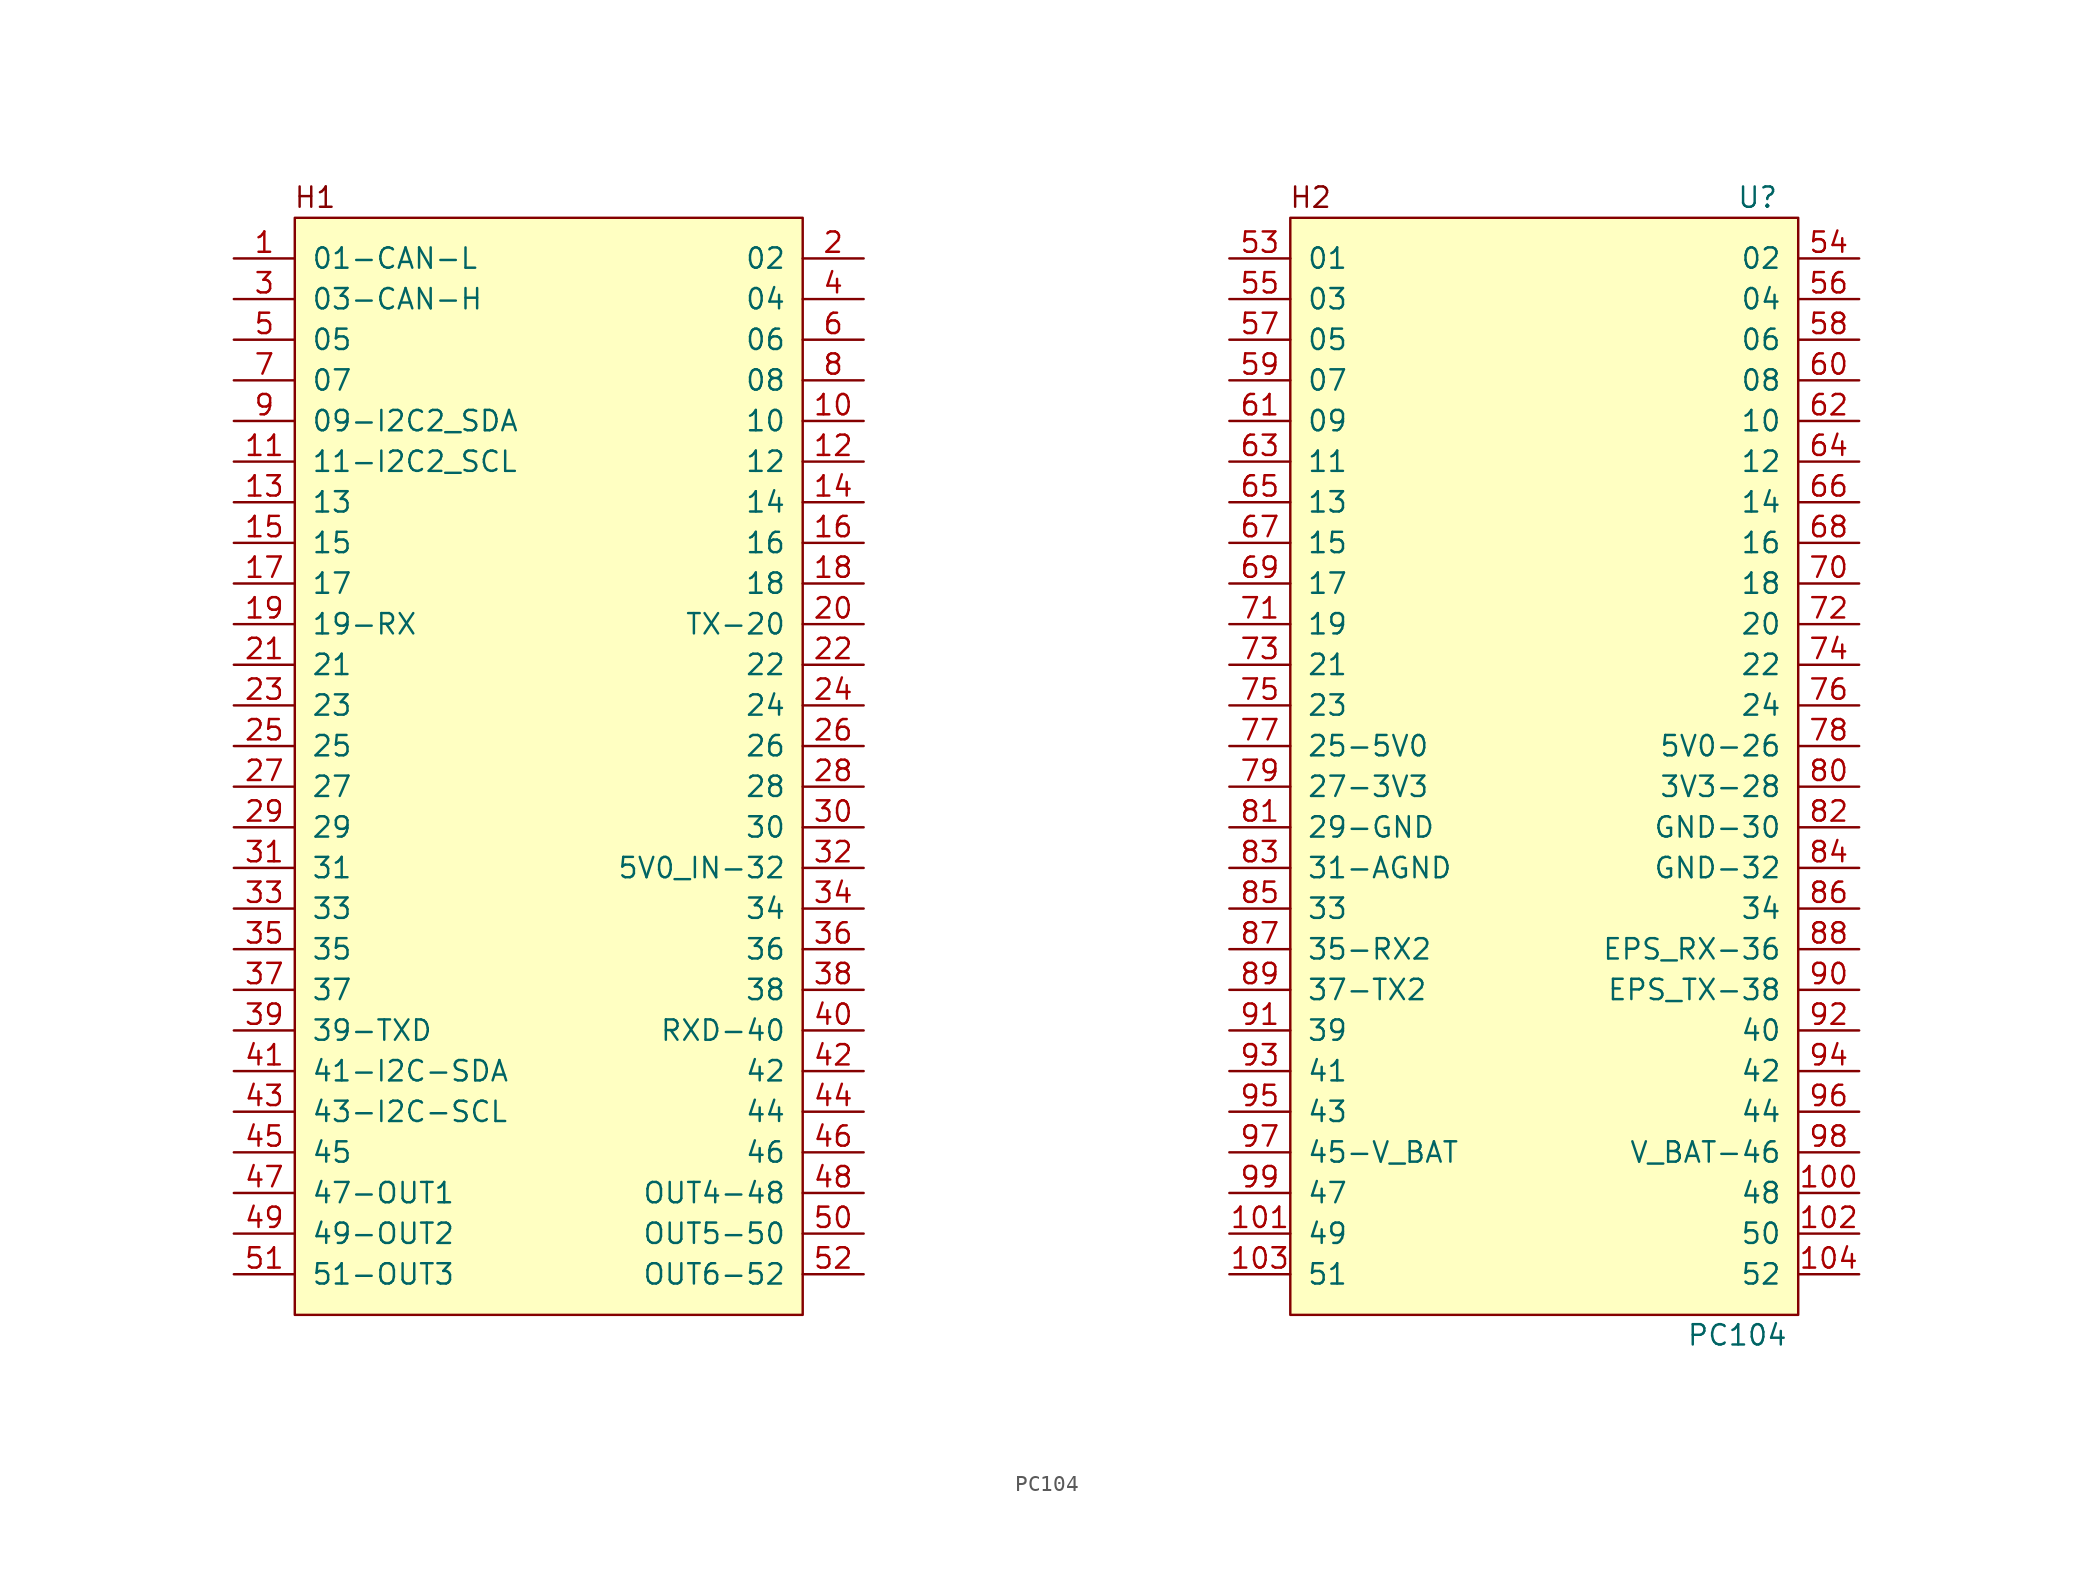
<source format=kicad_sym>
(kicad_symbol_lib
  (version 20211014)
  (generator kicad_symbol_editor)
  (symbol "PC104"
    (pin_names
      (offset 1.016))
    (property "Reference" "U"
      (at 44.45 34.29 0)
      (effects (font (size 1.27 1.27))))
    (property "Value" "PC104"
      (at 43.18 -36.83 0)
      (effects (font (size 1.27 1.27))))
    (symbol "PC104_0_0"
      (text "H1" (at -45.72 34.29 0) (effects (font (size 1.27 1.27))))
      (text "H2" (at 16.51 34.29 0) (effects (font (size 1.27 1.27)))))
    (symbol "PC104_0_1"
      (rectangle (start -46.99 33.02) (end -15.24 -35.56) (stroke (width 0) (type default) (color 0 0 0 0)) (fill (type background)))
      (rectangle (start 15.24 -35.56) (end 46.99 33.02) (stroke (width 0) (type default) (color 0 0 0 0)) (fill (type background))))
    (symbol "PC104_1_1"
      (pin bidirectional line (at -50.8 30.48 0) (length 3.81) (name "01-CAN-L" (effects (font (size 1.27 1.27)))) (number "1" (effects (font (size 1.27 1.27)))))
      (pin input line (at -11.43 20.32 180) (length 3.81) (name "10" (effects (font (size 1.27 1.27)))) (number "10" (effects (font (size 1.27 1.27)))))
      (pin output line (at 50.8 -27.94 180) (length 3.81) (name "48" (effects (font (size 1.27 1.27)))) (number "100" (effects (font (size 1.27 1.27)))))
      (pin output line (at 11.43 -30.48 0) (length 3.81) (name "49" (effects (font (size 1.27 1.27)))) (number "101" (effects (font (size 1.27 1.27)))))
      (pin output line (at 50.8 -30.48 180) (length 3.81) (name "50" (effects (font (size 1.27 1.27)))) (number "102" (effects (font (size 1.27 1.27)))))
      (pin output line (at 11.43 -33.02 0) (length 3.81) (name "51" (effects (font (size 1.27 1.27)))) (number "103" (effects (font (size 1.27 1.27)))))
      (pin output line (at 50.8 -33.02 180) (length 3.81) (name "52" (effects (font (size 1.27 1.27)))) (number "104" (effects (font (size 1.27 1.27)))))
      (pin input line (at -50.8 17.78 0) (length 3.81) (name "11-I2C2_SCL" (effects (font (size 1.27 1.27)))) (number "11" (effects (font (size 1.27 1.27)))))
      (pin input line (at -11.43 17.78 180) (length 3.81) (name "12" (effects (font (size 1.27 1.27)))) (number "12" (effects (font (size 1.27 1.27)))))
      (pin input line (at -50.8 15.24 0) (length 3.81) (name "13" (effects (font (size 1.27 1.27)))) (number "13" (effects (font (size 1.27 1.27)))))
      (pin input line (at -11.43 15.24 180) (length 3.81) (name "14" (effects (font (size 1.27 1.27)))) (number "14" (effects (font (size 1.27 1.27)))))
      (pin input line (at -50.8 12.7 0) (length 3.81) (name "15" (effects (font (size 1.27 1.27)))) (number "15" (effects (font (size 1.27 1.27)))))
      (pin input line (at -11.43 12.7 180) (length 3.81) (name "16" (effects (font (size 1.27 1.27)))) (number "16" (effects (font (size 1.27 1.27)))))
      (pin input line (at -50.8 10.16 0) (length 3.81) (name "17" (effects (font (size 1.27 1.27)))) (number "17" (effects (font (size 1.27 1.27)))))
      (pin input line (at -11.43 10.16 180) (length 3.81) (name "18" (effects (font (size 1.27 1.27)))) (number "18" (effects (font (size 1.27 1.27)))))
      (pin input line (at -50.8 7.62 0) (length 3.81) (name "19-RX" (effects (font (size 1.27 1.27)))) (number "19" (effects (font (size 1.27 1.27)))))
      (pin input line (at -11.43 30.48 180) (length 3.81) (name "02" (effects (font (size 1.27 1.27)))) (number "2" (effects (font (size 1.27 1.27)))))
      (pin output line (at -11.43 7.62 180) (length 3.81) (name "TX-20" (effects (font (size 1.27 1.27)))) (number "20" (effects (font (size 1.27 1.27)))))
      (pin input line (at -50.8 5.08 0) (length 3.81) (name "21" (effects (font (size 1.27 1.27)))) (number "21" (effects (font (size 1.27 1.27)))))
      (pin input line (at -11.43 5.08 180) (length 3.81) (name "22" (effects (font (size 1.27 1.27)))) (number "22" (effects (font (size 1.27 1.27)))))
      (pin input line (at -50.8 2.54 0) (length 3.81) (name "23" (effects (font (size 1.27 1.27)))) (number "23" (effects (font (size 1.27 1.27)))))
      (pin input line (at -11.43 2.54 180) (length 3.81) (name "24" (effects (font (size 1.27 1.27)))) (number "24" (effects (font (size 1.27 1.27)))))
      (pin input line (at -50.8 0 0) (length 3.81) (name "25" (effects (font (size 1.27 1.27)))) (number "25" (effects (font (size 1.27 1.27)))))
      (pin input line (at -11.43 0 180) (length 3.81) (name "26" (effects (font (size 1.27 1.27)))) (number "26" (effects (font (size 1.27 1.27)))))
      (pin input line (at -50.8 -2.54 0) (length 3.81) (name "27" (effects (font (size 1.27 1.27)))) (number "27" (effects (font (size 1.27 1.27)))))
      (pin input line (at -11.43 -2.54 180) (length 3.81) (name "28" (effects (font (size 1.27 1.27)))) (number "28" (effects (font (size 1.27 1.27)))))
      (pin input line (at -50.8 -5.08 0) (length 3.81) (name "29" (effects (font (size 1.27 1.27)))) (number "29" (effects (font (size 1.27 1.27)))))
      (pin bidirectional line (at -50.8 27.94 0) (length 3.81) (name "03-CAN-H" (effects (font (size 1.27 1.27)))) (number "3" (effects (font (size 1.27 1.27)))))
      (pin input line (at -11.43 -5.08 180) (length 3.81) (name "30" (effects (font (size 1.27 1.27)))) (number "30" (effects (font (size 1.27 1.27)))))
      (pin input line (at -50.8 -7.62 0) (length 3.81) (name "31" (effects (font (size 1.27 1.27)))) (number "31" (effects (font (size 1.27 1.27)))))
      (pin input line (at -11.43 -7.62 180) (length 3.81) (name "5V0_IN-32" (effects (font (size 1.27 1.27)))) (number "32" (effects (font (size 1.27 1.27)))))
      (pin input line (at -50.8 -10.16 0) (length 3.81) (name "33" (effects (font (size 1.27 1.27)))) (number "33" (effects (font (size 1.27 1.27)))))
      (pin input line (at -11.43 -10.16 180) (length 3.81) (name "34" (effects (font (size 1.27 1.27)))) (number "34" (effects (font (size 1.27 1.27)))))
      (pin input line (at -50.8 -12.7 0) (length 3.81) (name "35" (effects (font (size 1.27 1.27)))) (number "35" (effects (font (size 1.27 1.27)))))
      (pin input line (at -11.43 -12.7 180) (length 3.81) (name "36" (effects (font (size 1.27 1.27)))) (number "36" (effects (font (size 1.27 1.27)))))
      (pin input line (at -50.8 -15.24 0) (length 3.81) (name "37" (effects (font (size 1.27 1.27)))) (number "37" (effects (font (size 1.27 1.27)))))
      (pin input line (at -11.43 -15.24 180) (length 3.81) (name "38" (effects (font (size 1.27 1.27)))) (number "38" (effects (font (size 1.27 1.27)))))
      (pin output line (at -50.8 -17.78 0) (length 3.81) (name "39-TXD" (effects (font (size 1.27 1.27)))) (number "39" (effects (font (size 1.27 1.27)))))
      (pin input line (at -11.43 27.94 180) (length 3.81) (name "04" (effects (font (size 1.27 1.27)))) (number "4" (effects (font (size 1.27 1.27)))))
      (pin input line (at -11.43 -17.78 180) (length 3.81) (name "RXD-40" (effects (font (size 1.27 1.27)))) (number "40" (effects (font (size 1.27 1.27)))))
      (pin bidirectional line (at -50.8 -20.32 0) (length 3.81) (name "41-I2C-SDA" (effects (font (size 1.27 1.27)))) (number "41" (effects (font (size 1.27 1.27)))))
      (pin input line (at -11.43 -20.32 180) (length 3.81) (name "42" (effects (font (size 1.27 1.27)))) (number "42" (effects (font (size 1.27 1.27)))))
      (pin input line (at -50.8 -22.86 0) (length 3.81) (name "43-I2C-SCL" (effects (font (size 1.27 1.27)))) (number "43" (effects (font (size 1.27 1.27)))))
      (pin input line (at -11.43 -22.86 180) (length 3.81) (name "44" (effects (font (size 1.27 1.27)))) (number "44" (effects (font (size 1.27 1.27)))))
      (pin input line (at -50.8 -25.4 0) (length 3.81) (name "45" (effects (font (size 1.27 1.27)))) (number "45" (effects (font (size 1.27 1.27)))))
      (pin input line (at -11.43 -25.4 180) (length 3.81) (name "46" (effects (font (size 1.27 1.27)))) (number "46" (effects (font (size 1.27 1.27)))))
      (pin output line (at -50.8 -27.94 0) (length 3.81) (name "47-OUT1" (effects (font (size 1.27 1.27)))) (number "47" (effects (font (size 1.27 1.27)))))
      (pin output line (at -11.43 -27.94 180) (length 3.81) (name "OUT4-48" (effects (font (size 1.27 1.27)))) (number "48" (effects (font (size 1.27 1.27)))))
      (pin output line (at -50.8 -30.48 0) (length 3.81) (name "49-OUT2" (effects (font (size 1.27 1.27)))) (number "49" (effects (font (size 1.27 1.27)))))
      (pin input line (at -50.8 25.4 0) (length 3.81) (name "05" (effects (font (size 1.27 1.27)))) (number "5" (effects (font (size 1.27 1.27)))))
      (pin output line (at -11.43 -30.48 180) (length 3.81) (name "OUT5-50" (effects (font (size 1.27 1.27)))) (number "50" (effects (font (size 1.27 1.27)))))
      (pin output line (at -50.8 -33.02 0) (length 3.81) (name "51-OUT3" (effects (font (size 1.27 1.27)))) (number "51" (effects (font (size 1.27 1.27)))))
      (pin output line (at -11.43 -33.02 180) (length 3.81) (name "OUT6-52" (effects (font (size 1.27 1.27)))) (number "52" (effects (font (size 1.27 1.27)))))
      (pin output line (at 11.43 30.48 0) (length 3.81) (name "01" (effects (font (size 1.27 1.27)))) (number "53" (effects (font (size 1.27 1.27)))))
      (pin output line (at 50.8 30.48 180) (length 3.81) (name "02" (effects (font (size 1.27 1.27)))) (number "54" (effects (font (size 1.27 1.27)))))
      (pin output line (at 11.43 27.94 0) (length 3.81) (name "03" (effects (font (size 1.27 1.27)))) (number "55" (effects (font (size 1.27 1.27)))))
      (pin output line (at 50.8 27.94 180) (length 3.81) (name "04" (effects (font (size 1.27 1.27)))) (number "56" (effects (font (size 1.27 1.27)))))
      (pin output line (at 11.43 25.4 0) (length 3.81) (name "05" (effects (font (size 1.27 1.27)))) (number "57" (effects (font (size 1.27 1.27)))))
      (pin output line (at 50.8 25.4 180) (length 3.81) (name "06" (effects (font (size 1.27 1.27)))) (number "58" (effects (font (size 1.27 1.27)))))
      (pin output line (at 11.43 22.86 0) (length 3.81) (name "07" (effects (font (size 1.27 1.27)))) (number "59" (effects (font (size 1.27 1.27)))))
      (pin input line (at -11.43 25.4 180) (length 3.81) (name "06" (effects (font (size 1.27 1.27)))) (number "6" (effects (font (size 1.27 1.27)))))
      (pin output line (at 50.8 22.86 180) (length 3.81) (name "08" (effects (font (size 1.27 1.27)))) (number "60" (effects (font (size 1.27 1.27)))))
      (pin output line (at 11.43 20.32 0) (length 3.81) (name "09" (effects (font (size 1.27 1.27)))) (number "61" (effects (font (size 1.27 1.27)))))
      (pin output line (at 50.8 20.32 180) (length 3.81) (name "10" (effects (font (size 1.27 1.27)))) (number "62" (effects (font (size 1.27 1.27)))))
      (pin output line (at 11.43 17.78 0) (length 3.81) (name "11" (effects (font (size 1.27 1.27)))) (number "63" (effects (font (size 1.27 1.27)))))
      (pin output line (at 50.8 17.78 180) (length 3.81) (name "12" (effects (font (size 1.27 1.27)))) (number "64" (effects (font (size 1.27 1.27)))))
      (pin output line (at 11.43 15.24 0) (length 3.81) (name "13" (effects (font (size 1.27 1.27)))) (number "65" (effects (font (size 1.27 1.27)))))
      (pin output line (at 50.8 15.24 180) (length 3.81) (name "14" (effects (font (size 1.27 1.27)))) (number "66" (effects (font (size 1.27 1.27)))))
      (pin output line (at 11.43 12.7 0) (length 3.81) (name "15" (effects (font (size 1.27 1.27)))) (number "67" (effects (font (size 1.27 1.27)))))
      (pin output line (at 50.8 12.7 180) (length 3.81) (name "16" (effects (font (size 1.27 1.27)))) (number "68" (effects (font (size 1.27 1.27)))))
      (pin output line (at 11.43 10.16 0) (length 3.81) (name "17" (effects (font (size 1.27 1.27)))) (number "69" (effects (font (size 1.27 1.27)))))
      (pin input line (at -50.8 22.86 0) (length 3.81) (name "07" (effects (font (size 1.27 1.27)))) (number "7" (effects (font (size 1.27 1.27)))))
      (pin output line (at 50.8 10.16 180) (length 3.81) (name "18" (effects (font (size 1.27 1.27)))) (number "70" (effects (font (size 1.27 1.27)))))
      (pin output line (at 11.43 7.62 0) (length 3.81) (name "19" (effects (font (size 1.27 1.27)))) (number "71" (effects (font (size 1.27 1.27)))))
      (pin output line (at 50.8 7.62 180) (length 3.81) (name "20" (effects (font (size 1.27 1.27)))) (number "72" (effects (font (size 1.27 1.27)))))
      (pin output line (at 11.43 5.08 0) (length 3.81) (name "21" (effects (font (size 1.27 1.27)))) (number "73" (effects (font (size 1.27 1.27)))))
      (pin output line (at 50.8 5.08 180) (length 3.81) (name "22" (effects (font (size 1.27 1.27)))) (number "74" (effects (font (size 1.27 1.27)))))
      (pin output line (at 11.43 2.54 0) (length 3.81) (name "23" (effects (font (size 1.27 1.27)))) (number "75" (effects (font (size 1.27 1.27)))))
      (pin output line (at 50.8 2.54 180) (length 3.81) (name "24" (effects (font (size 1.27 1.27)))) (number "76" (effects (font (size 1.27 1.27)))))
      (pin output line (at 11.43 0 0) (length 3.81) (name "25-5V0" (effects (font (size 1.27 1.27)))) (number "77" (effects (font (size 1.27 1.27)))))
      (pin output line (at 50.8 0 180) (length 3.81) (name "5V0-26" (effects (font (size 1.27 1.27)))) (number "78" (effects (font (size 1.27 1.27)))))
      (pin output line (at 11.43 -2.54 0) (length 3.81) (name "27-3V3" (effects (font (size 1.27 1.27)))) (number "79" (effects (font (size 1.27 1.27)))))
      (pin input line (at -11.43 22.86 180) (length 3.81) (name "08" (effects (font (size 1.27 1.27)))) (number "8" (effects (font (size 1.27 1.27)))))
      (pin output line (at 50.8 -2.54 180) (length 3.81) (name "3V3-28" (effects (font (size 1.27 1.27)))) (number "80" (effects (font (size 1.27 1.27)))))
      (pin output line (at 11.43 -5.08 0) (length 3.81) (name "29-GND" (effects (font (size 1.27 1.27)))) (number "81" (effects (font (size 1.27 1.27)))))
      (pin output line (at 50.8 -5.08 180) (length 3.81) (name "GND-30" (effects (font (size 1.27 1.27)))) (number "82" (effects (font (size 1.27 1.27)))))
      (pin output line (at 11.43 -7.62 0) (length 3.81) (name "31-AGND" (effects (font (size 1.27 1.27)))) (number "83" (effects (font (size 1.27 1.27)))))
      (pin output line (at 50.8 -7.62 180) (length 3.81) (name "GND-32" (effects (font (size 1.27 1.27)))) (number "84" (effects (font (size 1.27 1.27)))))
      (pin output line (at 11.43 -10.16 0) (length 3.81) (name "33" (effects (font (size 1.27 1.27)))) (number "85" (effects (font (size 1.27 1.27)))))
      (pin output line (at 50.8 -10.16 180) (length 3.81) (name "34" (effects (font (size 1.27 1.27)))) (number "86" (effects (font (size 1.27 1.27)))))
      (pin input line (at 11.43 -12.7 0) (length 3.81) (name "35-RX2" (effects (font (size 1.27 1.27)))) (number "87" (effects (font (size 1.27 1.27)))))
      (pin input line (at 50.8 -12.7 180) (length 3.81) (name "EPS_RX-36" (effects (font (size 1.27 1.27)))) (number "88" (effects (font (size 1.27 1.27)))))
      (pin output line (at 11.43 -15.24 0) (length 3.81) (name "37-TX2" (effects (font (size 1.27 1.27)))) (number "89" (effects (font (size 1.27 1.27)))))
      (pin bidirectional line (at -50.8 20.32 0) (length 3.81) (name "09-I2C2_SDA" (effects (font (size 1.27 1.27)))) (number "9" (effects (font (size 1.27 1.27)))))
      (pin output line (at 50.8 -15.24 180) (length 3.81) (name "EPS_TX-38" (effects (font (size 1.27 1.27)))) (number "90" (effects (font (size 1.27 1.27)))))
      (pin output line (at 11.43 -17.78 0) (length 3.81) (name "39" (effects (font (size 1.27 1.27)))) (number "91" (effects (font (size 1.27 1.27)))))
      (pin output line (at 50.8 -17.78 180) (length 3.81) (name "40" (effects (font (size 1.27 1.27)))) (number "92" (effects (font (size 1.27 1.27)))))
      (pin output line (at 11.43 -20.32 0) (length 3.81) (name "41" (effects (font (size 1.27 1.27)))) (number "93" (effects (font (size 1.27 1.27)))))
      (pin output line (at 50.8 -20.32 180) (length 3.81) (name "42" (effects (font (size 1.27 1.27)))) (number "94" (effects (font (size 1.27 1.27)))))
      (pin output line (at 11.43 -22.86 0) (length 3.81) (name "43" (effects (font (size 1.27 1.27)))) (number "95" (effects (font (size 1.27 1.27)))))
      (pin output line (at 50.8 -22.86 180) (length 3.81) (name "44" (effects (font (size 1.27 1.27)))) (number "96" (effects (font (size 1.27 1.27)))))
      (pin output line (at 11.43 -25.4 0) (length 3.81) (name "45-V_BAT" (effects (font (size 1.27 1.27)))) (number "97" (effects (font (size 1.27 1.27)))))
      (pin output line (at 50.8 -25.4 180) (length 3.81) (name "V_BAT-46" (effects (font (size 1.27 1.27)))) (number "98" (effects (font (size 1.27 1.27)))))
      (pin output line (at 11.43 -27.94 0) (length 3.81) (name "47" (effects (font (size 1.27 1.27)))) (number "99" (effects (font (size 1.27 1.27))))))))
</source>
